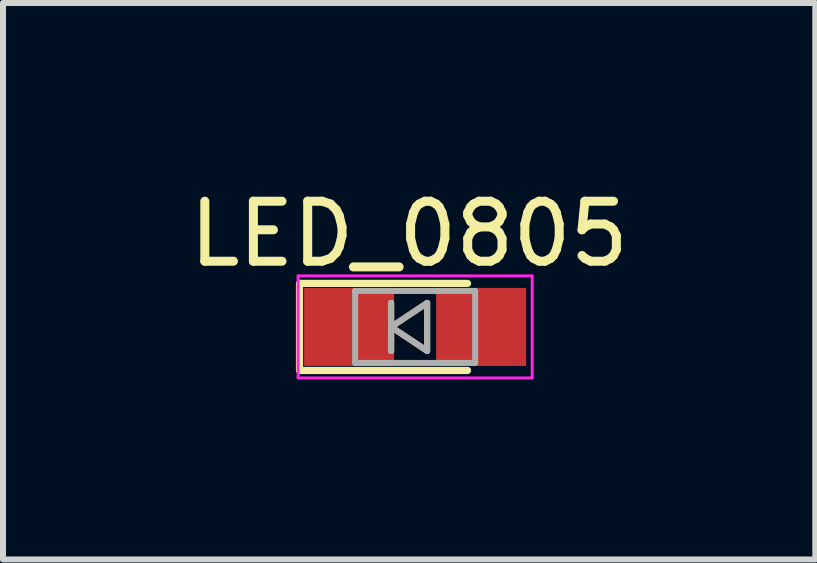
<source format=kicad_pcb>
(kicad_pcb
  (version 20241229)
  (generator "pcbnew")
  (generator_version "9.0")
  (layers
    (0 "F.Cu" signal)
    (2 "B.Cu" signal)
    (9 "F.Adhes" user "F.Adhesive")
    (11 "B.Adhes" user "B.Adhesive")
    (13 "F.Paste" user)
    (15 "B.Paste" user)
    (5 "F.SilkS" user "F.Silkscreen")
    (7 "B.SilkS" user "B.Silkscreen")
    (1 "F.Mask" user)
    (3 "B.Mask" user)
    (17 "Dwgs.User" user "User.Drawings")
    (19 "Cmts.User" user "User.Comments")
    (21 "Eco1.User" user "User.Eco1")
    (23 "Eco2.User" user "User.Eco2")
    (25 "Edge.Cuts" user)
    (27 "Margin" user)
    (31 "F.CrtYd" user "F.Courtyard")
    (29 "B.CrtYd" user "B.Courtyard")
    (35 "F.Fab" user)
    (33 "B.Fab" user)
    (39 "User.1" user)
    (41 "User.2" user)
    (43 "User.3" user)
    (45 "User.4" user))
  (footprint "LED_0805"
    (layer "F.Cu")
    (at 3.868 2.398)
    (property "Reference" "LED_0805" (at -0.1 -1.55 0) (layer "F.SilkS") (effects (font (size 1 1) (thickness 0.15))))
    (attr smd)
    (fp_line (start -1.927 -0.725) (end 0.873 -0.725) (stroke (width 0.12) (type solid)) (layer "F.SilkS"))
    (fp_line (start -1.927 -0.7) (end -1.927 0.7) (stroke (width 0.12) (type solid)) (layer "F.SilkS"))
    (fp_line (start -1.927 0.725) (end 0.873 0.725) (stroke (width 0.12) (type solid)) (layer "F.SilkS"))
    (fp_line (start -0.4 -0.4) (end -0.4 0.4) (stroke (width 0.1) (type solid)) (layer "F.SilkS"))
    (fp_line (start -0.4 0) (end 0.2 -0.4) (stroke (width 0.1) (type solid)) (layer "F.SilkS"))
    (fp_line (start 0.2 -0.4) (end 0.2 0.4) (stroke (width 0.1) (type solid)) (layer "F.SilkS"))
    (fp_line (start 0.2 0.4) (end -0.4 0) (stroke (width 0.1) (type solid)) (layer "F.SilkS"))
    (fp_line (start -1.95 -0.85) (end 1.95 -0.85) (stroke (width 0.05) (type solid)) (layer "F.CrtYd"))
    (fp_line (start -1.95 0.85) (end -1.95 -0.85) (stroke (width 0.05) (type solid)) (layer "F.CrtYd"))
    (fp_line (start 1.95 -0.85) (end 1.95 0.85) (stroke (width 0.05) (type solid)) (layer "F.CrtYd"))
    (fp_line (start 1.95 0.85) (end -1.95 0.85) (stroke (width 0.05) (type solid)) (layer "F.CrtYd"))
    (fp_line (start -1 -0.6) (end 1 -0.6) (stroke (width 0.1) (type solid)) (layer "F.Fab"))
    (fp_line (start -1 0.6) (end -1 -0.6) (stroke (width 0.1) (type solid)) (layer "F.Fab"))
    (fp_line (start -0.4 -0.4) (end -0.4 0.4) (stroke (width 0.1) (type solid)) (layer "F.Fab"))
    (fp_line (start -0.4 0) (end 0.2 -0.4) (stroke (width 0.1) (type solid)) (layer "F.Fab"))
    (fp_line (start 0.2 -0.4) (end 0.2 0.4) (stroke (width 0.1) (type solid)) (layer "F.Fab"))
    (fp_line (start 0.2 0.4) (end -0.4 0) (stroke (width 0.1) (type solid)) (layer "F.Fab"))
    (fp_line (start 1 -0.6) (end 1 0.6) (stroke (width 0.1) (type solid)) (layer "F.Fab"))
    (fp_line (start 1 0.6) (end -1 0.6) (stroke (width 0.1) (type solid)) (layer "F.Fab"))
    (pad "1" smd rect (at -1.1 0 180) (size 1.5 1.3) (layers "F.Cu" "F.Mask" "F.Paste"))
    (pad "2" smd rect (at 1.1 0 180) (size 1.5 1.3) (layers "F.Cu" "F.Mask" "F.Paste")))
  (gr_rect
    (start -3 -3)
    (end 10.536 6.273)
    (stroke (width 0.1) (type default))
    (fill no)
    (layer "Edge.Cuts")))
</source>
